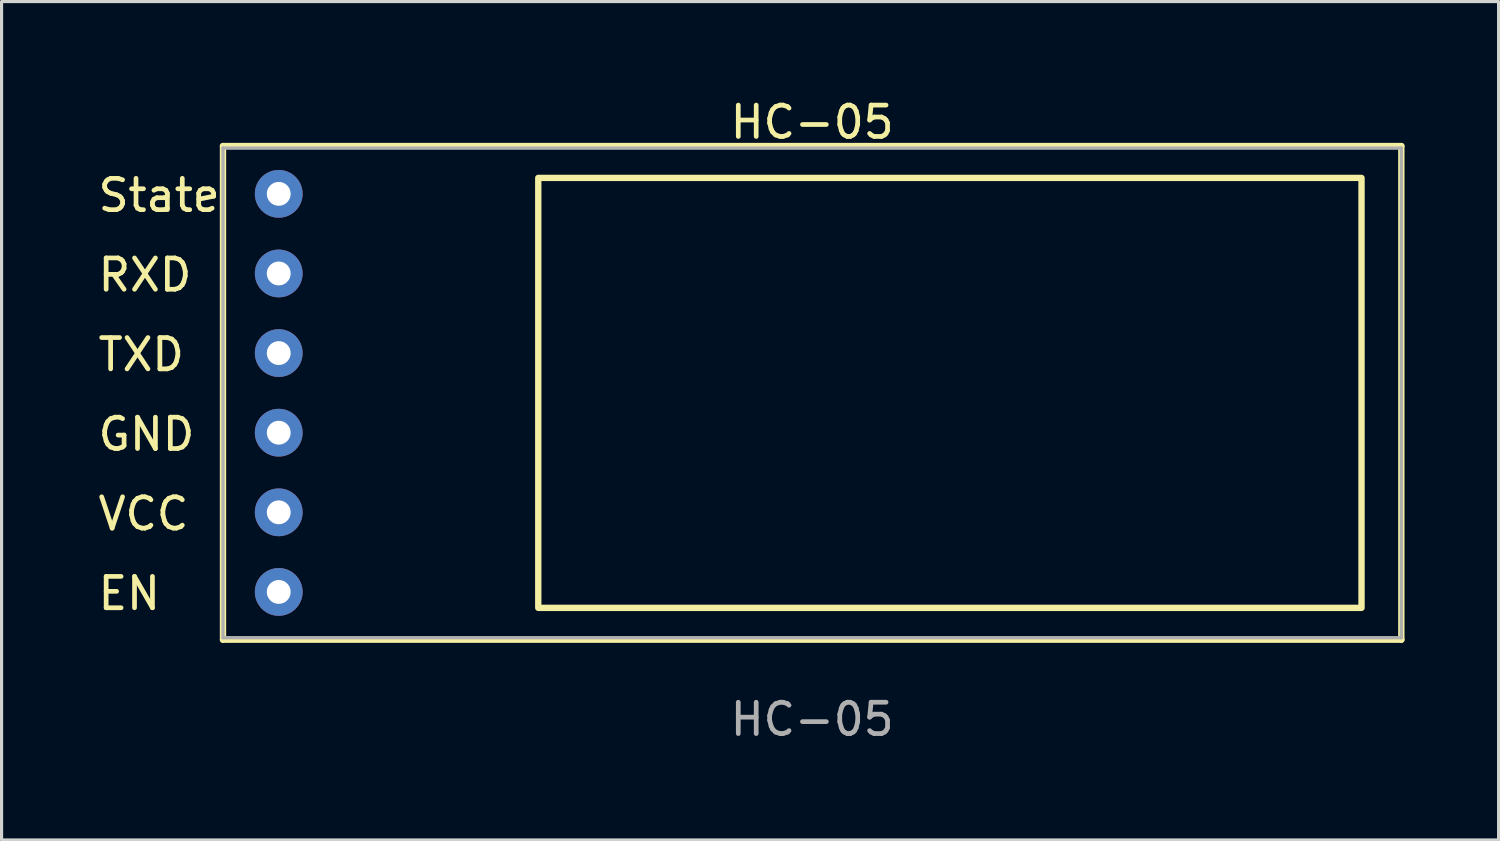
<source format=kicad_pcb>
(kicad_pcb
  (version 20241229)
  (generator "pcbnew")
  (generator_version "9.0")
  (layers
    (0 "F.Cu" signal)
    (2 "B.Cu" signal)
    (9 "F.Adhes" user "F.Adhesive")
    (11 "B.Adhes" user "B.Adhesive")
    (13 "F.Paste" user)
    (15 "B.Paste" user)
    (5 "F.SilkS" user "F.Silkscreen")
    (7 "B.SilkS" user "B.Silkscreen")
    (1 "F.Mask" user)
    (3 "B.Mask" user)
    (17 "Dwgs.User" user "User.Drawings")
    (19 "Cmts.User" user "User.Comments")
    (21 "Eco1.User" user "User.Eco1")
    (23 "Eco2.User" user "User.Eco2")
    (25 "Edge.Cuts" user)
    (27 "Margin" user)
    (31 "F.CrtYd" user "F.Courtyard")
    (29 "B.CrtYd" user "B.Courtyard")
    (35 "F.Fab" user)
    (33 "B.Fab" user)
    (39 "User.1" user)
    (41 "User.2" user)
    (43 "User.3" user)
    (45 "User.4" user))
  (footprint "HC-05"
    (layer "F.Cu")
    (at 22.86 9.484)
    (property "Reference" "HC-05" (at 0 -8.636 0) (unlocked yes) (layer "F.SilkS") (effects (font (size 1 1) (thickness 0.15))))
    (attr through_hole)
    (fp_line (start -18.796 -7.874) (end -18.796 7.874) (stroke (width 0.203) (type default)) (layer "F.SilkS"))
    (fp_line (start -18.796 7.874) (end 18.796 7.874) (stroke (width 0.203) (type default)) (layer "F.SilkS"))
    (fp_line (start 18.796 -7.874) (end -18.796 -7.874) (stroke (width 0.203) (type default)) (layer "F.SilkS"))
    (fp_line (start 18.796 7.874) (end 18.796 -7.874) (stroke (width 0.203) (type default)) (layer "F.SilkS"))
    (fp_rect (start -8.738 -6.858) (end 17.526 6.858) (stroke (width 0.203) (type default)) (fill no) (layer "F.SilkS"))
    (fp_line (start -18.796 -7.811) (end -18.796 7.811) (stroke (width 0.102) (type default)) (layer "F.Fab"))
    (fp_line (start 18.796 -7.811) (end -18.796 -7.811) (stroke (width 0.102) (type default)) (layer "F.Fab"))
    (fp_line (start 18.796 7.811) (end -18.796 7.811) (stroke (width 0.102) (type default)) (layer "F.Fab"))
    (fp_line (start 18.796 7.811) (end 18.796 -7.811) (stroke (width 0.102) (type default)) (layer "F.Fab"))
    (fp_text user "RXD" (at -22.86 -3.175 0) (unlocked yes) (layer "F.SilkS") (effects (font (size 1 1) (thickness 0.15)) (justify left bottom)))
    (fp_text user "TXD" (at -22.86 -0.635 0) (unlocked yes) (layer "F.SilkS") (effects (font (size 1 1) (thickness 0.15)) (justify left bottom)))
    (fp_text user "VCC" (at -22.86 4.445 0) (unlocked yes) (layer "F.SilkS") (effects (font (size 1 1) (thickness 0.15)) (justify left bottom)))
    (fp_text user "EN" (at -22.86 6.985 0) (unlocked yes) (layer "F.SilkS") (effects (font (size 1 1) (thickness 0.15)) (justify left bottom)))
    (fp_text user "State" (at -22.86 -5.715 0) (unlocked yes) (layer "F.SilkS") (effects (font (size 1 1) (thickness 0.15)) (justify left bottom)))
    (fp_text user "GND" (at -22.86 1.905 0) (unlocked yes) (layer "F.SilkS") (effects (font (size 1 1) (thickness 0.15)) (justify left bottom)))
    (fp_text user "${REFERENCE}" (at 0 10.414 0) (unlocked yes) (layer "F.Fab") (effects (font (size 1 1) (thickness 0.15))))
    (pad "1" thru_hole circle (at -17.018 -6.35) (size 1.524 1.524) (drill 0.762) (layers "*.Cu" "*.Mask"))
    (pad "2" thru_hole circle (at -17.018 -3.81) (size 1.524 1.524) (drill 0.762) (layers "*.Cu" "*.Mask"))
    (pad "3" thru_hole circle (at -17.018 -1.27) (size 1.524 1.524) (drill 0.762) (layers "*.Cu" "*.Mask"))
    (pad "4" thru_hole circle (at -17.018 1.27) (size 1.524 1.524) (drill 0.762) (layers "*.Cu" "*.Mask"))
    (pad "5" thru_hole circle (at -17.018 3.81) (size 1.524 1.524) (drill 0.762) (layers "*.Cu" "*.Mask"))
    (pad "6" thru_hole circle (at -17.018 6.35) (size 1.524 1.524) (drill 0.762) (layers "*.Cu" "*.Mask")))
  (gr_rect
    (start -3 -3)
    (end 44.758 23.747)
    (stroke (width 0.1) (type default))
    (fill no)
    (layer "Edge.Cuts")))
</source>
